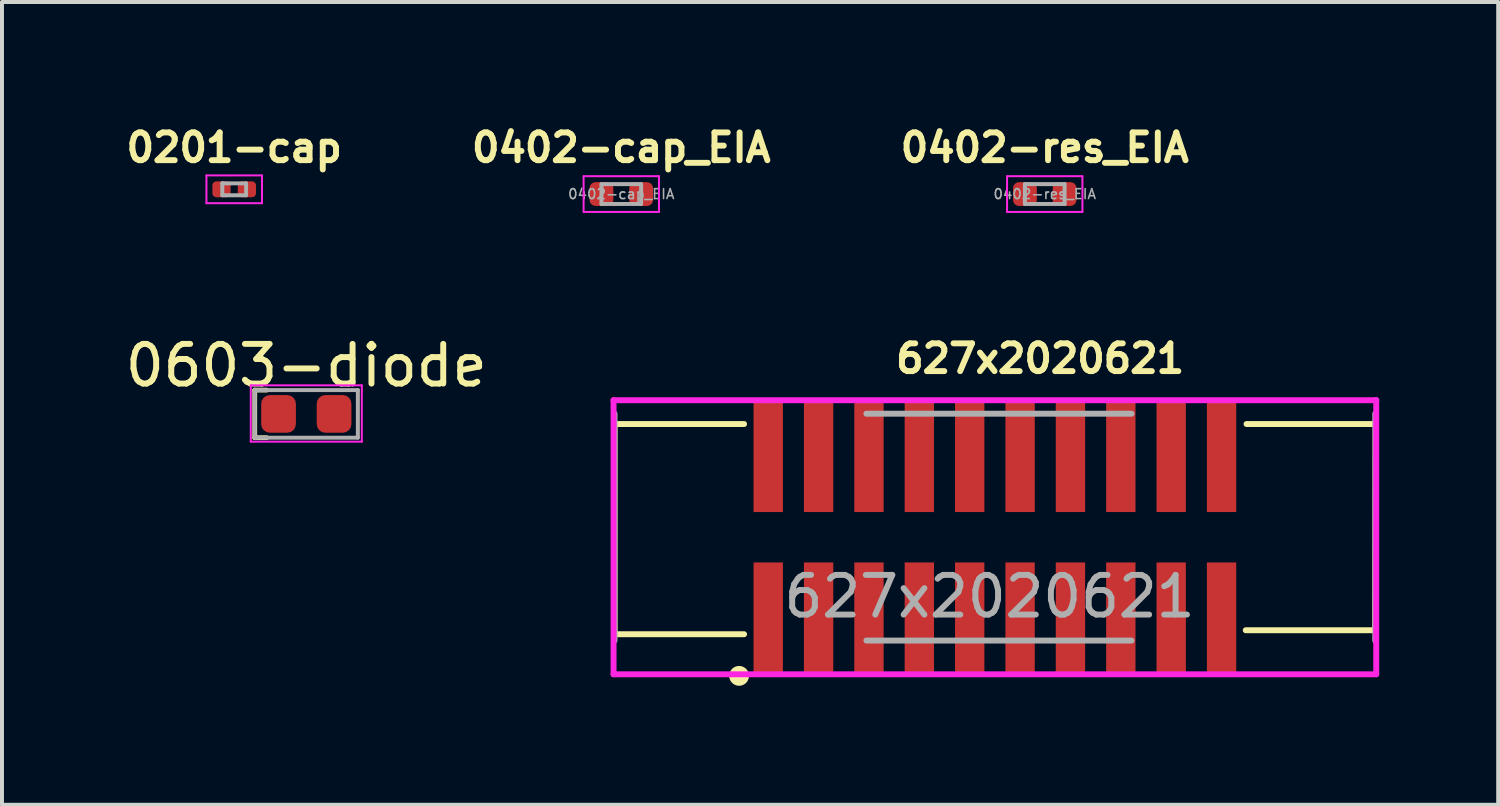
<source format=kicad_pcb>
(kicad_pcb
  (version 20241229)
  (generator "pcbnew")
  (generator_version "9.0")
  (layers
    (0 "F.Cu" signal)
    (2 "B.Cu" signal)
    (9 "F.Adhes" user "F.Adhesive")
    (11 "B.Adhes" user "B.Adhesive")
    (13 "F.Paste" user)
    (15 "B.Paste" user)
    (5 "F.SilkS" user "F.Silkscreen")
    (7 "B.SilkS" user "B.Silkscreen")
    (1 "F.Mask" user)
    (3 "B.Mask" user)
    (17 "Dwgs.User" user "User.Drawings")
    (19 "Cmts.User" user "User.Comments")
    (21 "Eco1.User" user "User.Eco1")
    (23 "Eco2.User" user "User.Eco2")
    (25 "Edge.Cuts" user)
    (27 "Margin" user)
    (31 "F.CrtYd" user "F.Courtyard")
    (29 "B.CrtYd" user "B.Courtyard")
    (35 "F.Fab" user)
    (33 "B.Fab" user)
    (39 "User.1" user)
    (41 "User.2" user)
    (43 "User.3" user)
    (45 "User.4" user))
  (footprint "0402-cap_EIA"
    (layer "F.Cu")
    (at 12.615 1.843)
    (property "Reference" "0402-cap_EIA" (at 0 -1.17 0) (layer "F.SilkS") (effects (font (size 0.7 0.7) (thickness 0.15))))
    (attr smd)
    (fp_line (start -0.95 -0.45) (end 0.95 -0.45) (stroke (width 0.05) (type solid)) (layer "F.CrtYd"))
    (fp_line (start -0.95 0.45) (end -0.95 -0.45) (stroke (width 0.05) (type solid)) (layer "F.CrtYd"))
    (fp_line (start 0.95 -0.45) (end 0.95 0.45) (stroke (width 0.05) (type solid)) (layer "F.CrtYd"))
    (fp_line (start 0.95 0.45) (end -0.95 0.45) (stroke (width 0.05) (type solid)) (layer "F.CrtYd"))
    (fp_line (start -0.5 -0.25) (end 0.5 -0.25) (stroke (width 0.1) (type solid)) (layer "F.Fab"))
    (fp_line (start -0.5 0.25) (end -0.5 -0.25) (stroke (width 0.1) (type solid)) (layer "F.Fab"))
    (fp_line (start 0.5 -0.25) (end 0.5 0.25) (stroke (width 0.1) (type solid)) (layer "F.Fab"))
    (fp_line (start 0.5 0.25) (end -0.5 0.25) (stroke (width 0.1) (type solid)) (layer "F.Fab"))
    (fp_text user "${REFERENCE}" (at 0 0 0) (layer "F.Fab") (effects (font (size 0.25 0.25) (thickness 0.04))))
    (pad "1" smd roundrect (at -0.5 0 90) (size 0.6 0.6) (layers "F.Cu" "F.Mask" "F.Paste") (roundrect_rratio 0.25))
    (pad "2" smd roundrect (at 0.5 0) (size 0.6 0.6) (layers "F.Cu" "F.Mask" "F.Paste") (roundrect_rratio 0.25)))
  (footprint "0201-cap"
    (layer "F.Cu")
    (at 2.855 1.723)
    (property "Reference" "0201-cap" (at 0 -1.05 0) (layer "F.SilkS") (effects (font (size 0.7 0.7) (thickness 0.15))))
    (attr smd)
    (fp_line (start -0.7 -0.35) (end 0.7 -0.35) (stroke (width 0.05) (type solid)) (layer "F.CrtYd"))
    (fp_line (start -0.7 0.35) (end -0.7 -0.35) (stroke (width 0.05) (type solid)) (layer "F.CrtYd"))
    (fp_line (start 0.7 -0.35) (end 0.7 0.35) (stroke (width 0.05) (type solid)) (layer "F.CrtYd"))
    (fp_line (start 0.7 0.35) (end -0.7 0.35) (stroke (width 0.05) (type solid)) (layer "F.CrtYd"))
    (fp_line (start -0.3 -0.15) (end 0.3 -0.15) (stroke (width 0.1) (type solid)) (layer "F.Fab"))
    (fp_line (start -0.3 0.15) (end -0.3 -0.15) (stroke (width 0.1) (type solid)) (layer "F.Fab"))
    (fp_line (start 0.3 -0.15) (end 0.3 0.15) (stroke (width 0.1) (type solid)) (layer "F.Fab"))
    (fp_line (start 0.3 0.15) (end -0.3 0.15) (stroke (width 0.1) (type solid)) (layer "F.Fab"))
    (pad "" smd roundrect (at -0.345 0) (size 0.318 0.36) (layers "F.Paste") (roundrect_rratio 0.25))
    (pad "" smd roundrect (at 0.345 0) (size 0.318 0.36) (layers "F.Paste") (roundrect_rratio 0.25))
    (pad "1" smd roundrect (at -0.32 0) (size 0.46 0.4) (layers "F.Cu" "F.Mask") (roundrect_rratio 0.25))
    (pad "2" smd roundrect (at 0.32 0) (size 0.46 0.4) (layers "F.Cu" "F.Mask") (roundrect_rratio 0.25)))
  (footprint "0603-diode"
    (layer "F.Cu")
    (at 4.673 7.386)
    (property "Reference" "0603-diode" (at 0 -1.22 0) (layer "F.SilkS") (effects (font (size 1 1) (thickness 0.15))))
    (attr smd)
    (fp_line (start -1.3 -0.6) (end -1.3 0.6) (stroke (width 0.12) (type solid)) (layer "F.SilkS"))
    (fp_line (start -1.3 0.6) (end -1 0.6) (stroke (width 0.12) (type solid)) (layer "F.SilkS"))
    (fp_line (start -1 -0.6) (end -1.3 -0.6) (stroke (width 0.12) (type solid)) (layer "F.SilkS"))
    (fp_line (start -1.4 -0.72) (end 1.4 -0.72) (stroke (width 0.05) (type solid)) (layer "F.CrtYd"))
    (fp_line (start -1.4 0.7) (end -1.4 -0.72) (stroke (width 0.05) (type solid)) (layer "F.CrtYd"))
    (fp_line (start -1.4 0.7) (end 1.4 0.7) (stroke (width 0.05) (type solid)) (layer "F.CrtYd"))
    (fp_line (start 1.4 0.7) (end 1.4 -0.72) (stroke (width 0.05) (type solid)) (layer "F.CrtYd"))
    (fp_line (start -1.3 -0.6) (end -1.3 0.6) (stroke (width 0.1) (type solid)) (layer "F.Fab"))
    (fp_line (start -1.3 0.6) (end 1.3 0.6) (stroke (width 0.1) (type solid)) (layer "F.Fab"))
    (fp_line (start 1.3 -0.6) (end -1.3 -0.6) (stroke (width 0.1) (type solid)) (layer "F.Fab"))
    (fp_line (start 1.3 0.6) (end 1.3 -0.6) (stroke (width 0.1) (type solid)) (layer "F.Fab"))
    (pad "1" smd roundrect (at -0.7 0) (size 0.875 0.95) (layers "F.Cu" "F.Mask" "F.Paste") (roundrect_rratio 0.25))
    (pad "2" smd roundrect (at 0.7 0) (size 0.875 0.95) (layers "F.Cu" "F.Mask" "F.Paste") (roundrect_rratio 0.25)))
  (footprint "0402-res_EIA"
    (layer "F.Cu")
    (at 23.292 1.843)
    (property "Reference" "0402-res_EIA" (at 0 -1.17 0) (layer "F.SilkS") (effects (font (size 0.7 0.7) (thickness 0.15))))
    (attr smd)
    (fp_line (start -0.95 -0.45) (end 0.95 -0.45) (stroke (width 0.05) (type solid)) (layer "F.CrtYd"))
    (fp_line (start -0.95 0.45) (end -0.95 -0.45) (stroke (width 0.05) (type solid)) (layer "F.CrtYd"))
    (fp_line (start 0.95 -0.45) (end 0.95 0.45) (stroke (width 0.05) (type solid)) (layer "F.CrtYd"))
    (fp_line (start 0.95 0.45) (end -0.95 0.45) (stroke (width 0.05) (type solid)) (layer "F.CrtYd"))
    (fp_line (start -0.5 -0.25) (end 0.5 -0.25) (stroke (width 0.1) (type solid)) (layer "F.Fab"))
    (fp_line (start -0.5 0.25) (end -0.5 -0.25) (stroke (width 0.1) (type solid)) (layer "F.Fab"))
    (fp_line (start 0.5 -0.25) (end 0.5 0.25) (stroke (width 0.1) (type solid)) (layer "F.Fab"))
    (fp_line (start 0.5 0.25) (end -0.5 0.25) (stroke (width 0.1) (type solid)) (layer "F.Fab"))
    (fp_text user "${REFERENCE}" (at 0 0 0) (layer "F.Fab") (effects (font (size 0.25 0.25) (thickness 0.04))))
    (pad "1" smd roundrect (at -0.5 0 90) (size 0.6 0.6) (layers "F.Cu" "F.Mask" "F.Paste") (roundrect_rratio 0.25))
    (pad "2" smd roundrect (at 0.5 0) (size 0.6 0.6) (layers "F.Cu" "F.Mask" "F.Paste") (roundrect_rratio 0.25)))
  (footprint "627x2020621"
    (layer "F.Cu")
    (at 22.035 10.241)
    (property "Reference" "627x2020621" (at -2.575 -4.25 0) (layer "F.SilkS") (effects (font (size 0.7 0.7) (thickness 0.15)) (justify left)))
    (attr smd)
    (fp_line (start -9.59 -2.6) (end -6.325 -2.6) (stroke (width 0.15) (type solid)) (layer "F.SilkS"))
    (fp_line (start -9.59 2.7) (end -9.59 -2.6) (stroke (width 0.15) (type solid)) (layer "F.SilkS"))
    (fp_line (start -9.59 2.7) (end -6.325 2.7) (stroke (width 0.15) (type solid)) (layer "F.SilkS"))
    (fp_line (start 6.325 2.6) (end 9.59 2.6) (stroke (width 0.15) (type solid)) (layer "F.SilkS"))
    (fp_line (start 6.345 -2.6) (end 9.61 -2.6) (stroke (width 0.15) (type solid)) (layer "F.SilkS"))
    (fp_line (start 9.59 2.6) (end 9.61 -2.6) (stroke (width 0.15) (type solid)) (layer "F.SilkS"))
    (fp_circle (center -6.45 3.75) (end -6.325 3.75) (stroke (width 0.25) (type solid)) (fill no) (layer "F.SilkS"))
    (fp_line (start -9.615 -3.2) (end -9.615 3.71) (stroke (width 0.15) (type solid)) (layer "F.CrtYd"))
    (fp_line (start -9.615 3.71) (end 9.615 3.71) (stroke (width 0.15) (type solid)) (layer "F.CrtYd"))
    (fp_line (start 9.615 -3.2) (end -9.615 -3.2) (stroke (width 0.15) (type solid)) (layer "F.CrtYd"))
    (fp_line (start 9.615 -3.2) (end 9.615 -3.2) (stroke (width 0.15) (type solid)) (layer "F.CrtYd"))
    (fp_line (start 9.615 3.71) (end 9.615 -3.2) (stroke (width 0.15) (type solid)) (layer "F.CrtYd"))
    (fp_line (start -9.59 2.86) (end -9.59 -2.86) (stroke (width 0.15) (type solid)) (layer "F.Fab"))
    (fp_line (start -3.24 -2.86) (end 3.445 -2.86) (stroke (width 0.15) (type solid)) (layer "F.Fab"))
    (fp_line (start 3.445 2.86) (end -3.24 2.86) (stroke (width 0.15) (type solid)) (layer "F.Fab"))
    (fp_line (start 9.59 -2.86) (end 9.59 2.86) (stroke (width 0.15) (type solid)) (layer "F.Fab"))
    (fp_text user "${REFERENCE}" (at -0.135 1.75 0) (layer "F.Fab") (effects (font (size 1 1) (thickness 0.15))))
    (pad "1" smd rect (at -5.715 2.288) (size 0.74 2.795) (layers "F.Cu" "F.Mask" "F.Paste"))
    (pad "2" smd rect (at -5.715 -1.778) (size 0.74 2.795) (layers "F.Cu" "F.Mask" "F.Paste"))
    (pad "3" smd rect (at -4.445 2.288) (size 0.74 2.795) (layers "F.Cu" "F.Mask" "F.Paste"))
    (pad "4" smd rect (at -4.445 -1.778) (size 0.74 2.795) (layers "F.Cu" "F.Mask" "F.Paste"))
    (pad "5" smd rect (at -3.175 2.288) (size 0.74 2.795) (layers "F.Cu" "F.Mask" "F.Paste"))
    (pad "6" smd rect (at -3.175 -1.778) (size 0.74 2.795) (layers "F.Cu" "F.Mask" "F.Paste"))
    (pad "7" smd rect (at -1.905 2.288) (size 0.74 2.795) (layers "F.Cu" "F.Mask" "F.Paste"))
    (pad "8" smd rect (at -1.905 -1.778) (size 0.74 2.795) (layers "F.Cu" "F.Mask" "F.Paste"))
    (pad "9" smd rect (at -0.635 2.288) (size 0.74 2.795) (layers "F.Cu" "F.Mask" "F.Paste"))
    (pad "10" smd rect (at -0.635 -1.778) (size 0.74 2.795) (layers "F.Cu" "F.Mask" "F.Paste"))
    (pad "11" smd rect (at 0.635 2.288) (size 0.74 2.795) (layers "F.Cu" "F.Mask" "F.Paste"))
    (pad "12" smd rect (at 0.635 -1.778) (size 0.74 2.795) (layers "F.Cu" "F.Mask" "F.Paste"))
    (pad "13" smd rect (at 1.905 2.288) (size 0.74 2.795) (layers "F.Cu" "F.Mask" "F.Paste"))
    (pad "14" smd rect (at 1.905 -1.778) (size 0.74 2.795) (layers "F.Cu" "F.Mask" "F.Paste"))
    (pad "15" smd rect (at 3.175 2.288) (size 0.74 2.795) (layers "F.Cu" "F.Mask" "F.Paste"))
    (pad "16" smd rect (at 3.175 -1.778) (size 0.74 2.795) (layers "F.Cu" "F.Mask" "F.Paste"))
    (pad "17" smd rect (at 4.445 2.288) (size 0.74 2.795) (layers "F.Cu" "F.Mask" "F.Paste"))
    (pad "18" smd rect (at 4.445 -1.778) (size 0.74 2.795) (layers "F.Cu" "F.Mask" "F.Paste"))
    (pad "19" smd rect (at 5.715 2.288) (size 0.74 2.795) (layers "F.Cu" "F.Mask" "F.Paste"))
    (pad "20" smd rect (at 5.715 -1.778) (size 0.74 2.795) (layers "F.Cu" "F.Mask" "F.Paste")))
  (gr_rect
    (start -3 -3)
    (end 34.725 17.241)
    (stroke (width 0.1) (type default))
    (fill no)
    (layer "Edge.Cuts")))
</source>
